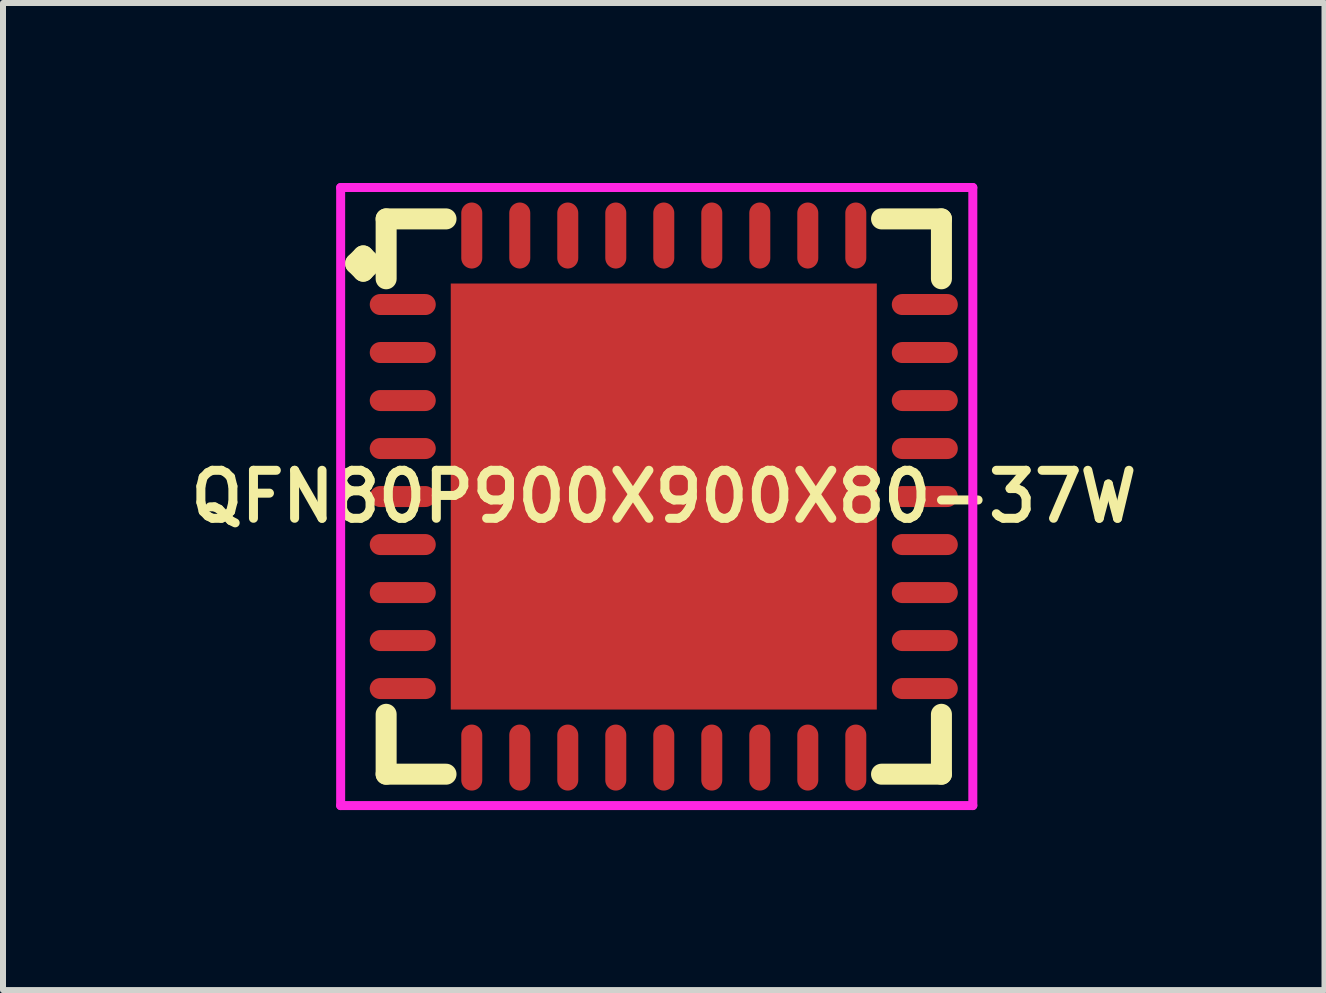
<source format=kicad_pcb>
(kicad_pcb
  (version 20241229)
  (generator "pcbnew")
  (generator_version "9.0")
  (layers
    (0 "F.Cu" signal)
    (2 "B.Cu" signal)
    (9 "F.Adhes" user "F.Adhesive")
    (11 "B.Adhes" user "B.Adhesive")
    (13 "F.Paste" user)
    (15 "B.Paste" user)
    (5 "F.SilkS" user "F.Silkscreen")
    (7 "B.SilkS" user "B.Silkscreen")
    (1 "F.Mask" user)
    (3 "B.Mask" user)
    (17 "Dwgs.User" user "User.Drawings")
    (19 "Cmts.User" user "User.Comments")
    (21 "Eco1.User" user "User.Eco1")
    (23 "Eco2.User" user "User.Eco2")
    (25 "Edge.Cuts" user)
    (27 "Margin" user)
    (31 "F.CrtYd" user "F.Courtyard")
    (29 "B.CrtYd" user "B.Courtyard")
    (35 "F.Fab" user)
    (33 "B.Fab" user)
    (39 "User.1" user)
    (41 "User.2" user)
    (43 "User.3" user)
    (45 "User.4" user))
  (footprint "QFN80P900X900X80-37W"
    (layer "F.Cu")
    (at 8.012 5.225)
    (property "Reference" "QFN80P900X900X80-37W" (at 0 0 0) (layer "F.SilkS") (effects (font (size 0.8 0.8) (thickness 0.15))))
    (attr smd)
    (fp_line (start -5.135 -3.883) (end -5.008 -4.01) (stroke (width 0.35) (type solid)) (layer "F.SilkS"))
    (fp_line (start -5.008 -4.01) (end -4.881 -3.883) (stroke (width 0.35) (type solid)) (layer "F.SilkS"))
    (fp_line (start -5.008 -3.756) (end -5.135 -3.883) (stroke (width 0.35) (type solid)) (layer "F.SilkS"))
    (fp_line (start -4.881 -3.883) (end -5.008 -3.756) (stroke (width 0.35) (type solid)) (layer "F.SilkS"))
    (fp_line (start -4.627 -4.627) (end -3.629 -4.627) (stroke (width 0.35) (type solid)) (layer "F.SilkS"))
    (fp_line (start -4.627 -3.629) (end -4.627 -4.627) (stroke (width 0.35) (type solid)) (layer "F.SilkS"))
    (fp_line (start -4.627 3.629) (end -4.627 4.627) (stroke (width 0.35) (type solid)) (layer "F.SilkS"))
    (fp_line (start -4.627 4.627) (end -3.629 4.627) (stroke (width 0.35) (type solid)) (layer "F.SilkS"))
    (fp_line (start 3.629 -4.627) (end 4.627 -4.627) (stroke (width 0.35) (type solid)) (layer "F.SilkS"))
    (fp_line (start 3.629 4.627) (end 4.627 4.627) (stroke (width 0.35) (type solid)) (layer "F.SilkS"))
    (fp_line (start 4.627 -4.627) (end 4.627 -3.629) (stroke (width 0.35) (type solid)) (layer "F.SilkS"))
    (fp_line (start 4.627 4.627) (end 4.627 3.629) (stroke (width 0.35) (type solid)) (layer "F.SilkS"))
    (fp_line (start -5.385 -5.15) (end 5.15 -5.15) (stroke (width 0.15) (type solid)) (layer "F.CrtYd"))
    (fp_line (start -5.385 5.15) (end -5.385 -5.15) (stroke (width 0.15) (type solid)) (layer "F.CrtYd"))
    (fp_line (start 5.15 -5.15) (end 5.15 5.15) (stroke (width 0.15) (type solid)) (layer "F.CrtYd"))
    (fp_line (start 5.15 5.15) (end -5.385 5.15) (stroke (width 0.15) (type solid)) (layer "F.CrtYd"))
    (pad "1" smd oval (at -4.35 -3.2) (size 1.1 0.35) (layers "F.Cu" "F.Mask" "F.Paste"))
    (pad "2" smd oval (at -4.35 -2.4) (size 1.1 0.35) (layers "F.Cu" "F.Mask" "F.Paste"))
    (pad "3" smd oval (at -4.35 -1.6) (size 1.1 0.35) (layers "F.Cu" "F.Mask" "F.Paste"))
    (pad "4" smd oval (at -4.35 -0.8) (size 1.1 0.35) (layers "F.Cu" "F.Mask" "F.Paste"))
    (pad "5" smd oval (at -4.35 0) (size 1.1 0.35) (layers "F.Cu" "F.Mask" "F.Paste"))
    (pad "6" smd oval (at -4.35 0.8) (size 1.1 0.35) (layers "F.Cu" "F.Mask" "F.Paste"))
    (pad "7" smd oval (at -4.35 1.6) (size 1.1 0.35) (layers "F.Cu" "F.Mask" "F.Paste"))
    (pad "8" smd oval (at -4.35 2.4) (size 1.1 0.35) (layers "F.Cu" "F.Mask" "F.Paste"))
    (pad "9" smd oval (at -4.35 3.2) (size 1.1 0.35) (layers "F.Cu" "F.Mask" "F.Paste"))
    (pad "10" smd oval (at -3.2 4.35) (size 0.35 1.1) (layers "F.Cu" "F.Mask" "F.Paste"))
    (pad "11" smd oval (at -2.4 4.35) (size 0.35 1.1) (layers "F.Cu" "F.Mask" "F.Paste"))
    (pad "12" smd oval (at -1.6 4.35) (size 0.35 1.1) (layers "F.Cu" "F.Mask" "F.Paste"))
    (pad "13" smd oval (at -0.8 4.35) (size 0.35 1.1) (layers "F.Cu" "F.Mask" "F.Paste"))
    (pad "14" smd oval (at 0 4.35) (size 0.35 1.1) (layers "F.Cu" "F.Mask" "F.Paste"))
    (pad "15" smd oval (at 0.8 4.35) (size 0.35 1.1) (layers "F.Cu" "F.Mask" "F.Paste"))
    (pad "16" smd oval (at 1.6 4.35) (size 0.35 1.1) (layers "F.Cu" "F.Mask" "F.Paste"))
    (pad "17" smd oval (at 2.4 4.35) (size 0.35 1.1) (layers "F.Cu" "F.Mask" "F.Paste"))
    (pad "18" smd oval (at 3.2 4.35) (size 0.35 1.1) (layers "F.Cu" "F.Mask" "F.Paste"))
    (pad "19" smd oval (at 4.35 3.2) (size 1.1 0.35) (layers "F.Cu" "F.Mask" "F.Paste"))
    (pad "20" smd oval (at 4.35 2.4) (size 1.1 0.35) (layers "F.Cu" "F.Mask" "F.Paste"))
    (pad "21" smd oval (at 4.35 1.6) (size 1.1 0.35) (layers "F.Cu" "F.Mask" "F.Paste"))
    (pad "22" smd oval (at 4.35 0.8) (size 1.1 0.35) (layers "F.Cu" "F.Mask" "F.Paste"))
    (pad "23" smd oval (at 4.35 0) (size 1.1 0.35) (layers "F.Cu" "F.Mask" "F.Paste"))
    (pad "24" smd oval (at 4.35 -0.8) (size 1.1 0.35) (layers "F.Cu" "F.Mask" "F.Paste"))
    (pad "25" smd oval (at 4.35 -1.6) (size 1.1 0.35) (layers "F.Cu" "F.Mask" "F.Paste"))
    (pad "26" smd oval (at 4.35 -2.4) (size 1.1 0.35) (layers "F.Cu" "F.Mask" "F.Paste"))
    (pad "27" smd oval (at 4.35 -3.2) (size 1.1 0.35) (layers "F.Cu" "F.Mask" "F.Paste"))
    (pad "28" smd oval (at 3.2 -4.35) (size 0.35 1.1) (layers "F.Cu" "F.Mask" "F.Paste"))
    (pad "29" smd oval (at 2.4 -4.35) (size 0.35 1.1) (layers "F.Cu" "F.Mask" "F.Paste"))
    (pad "30" smd oval (at 1.6 -4.35) (size 0.35 1.1) (layers "F.Cu" "F.Mask" "F.Paste"))
    (pad "31" smd oval (at 0.8 -4.35) (size 0.35 1.1) (layers "F.Cu" "F.Mask" "F.Paste"))
    (pad "32" smd oval (at 0 -4.35) (size 0.35 1.1) (layers "F.Cu" "F.Mask" "F.Paste"))
    (pad "33" smd oval (at -0.8 -4.35) (size 0.35 1.1) (layers "F.Cu" "F.Mask" "F.Paste"))
    (pad "34" smd oval (at -1.6 -4.35) (size 0.35 1.1) (layers "F.Cu" "F.Mask" "F.Paste"))
    (pad "35" smd oval (at -2.4 -4.35) (size 0.35 1.1) (layers "F.Cu" "F.Mask" "F.Paste"))
    (pad "36" smd oval (at -3.2 -4.35) (size 0.35 1.1) (layers "F.Cu" "F.Mask" "F.Paste"))
    (pad "37" smd rect (at 0 0) (size 7.1 7.1) (layers "F.Cu" "F.Mask" "F.Paste")))
  (gr_rect
    (start -3 -3)
    (end 19.023 13.45)
    (stroke (width 0.1) (type default))
    (fill no)
    (layer "Edge.Cuts")))
</source>
